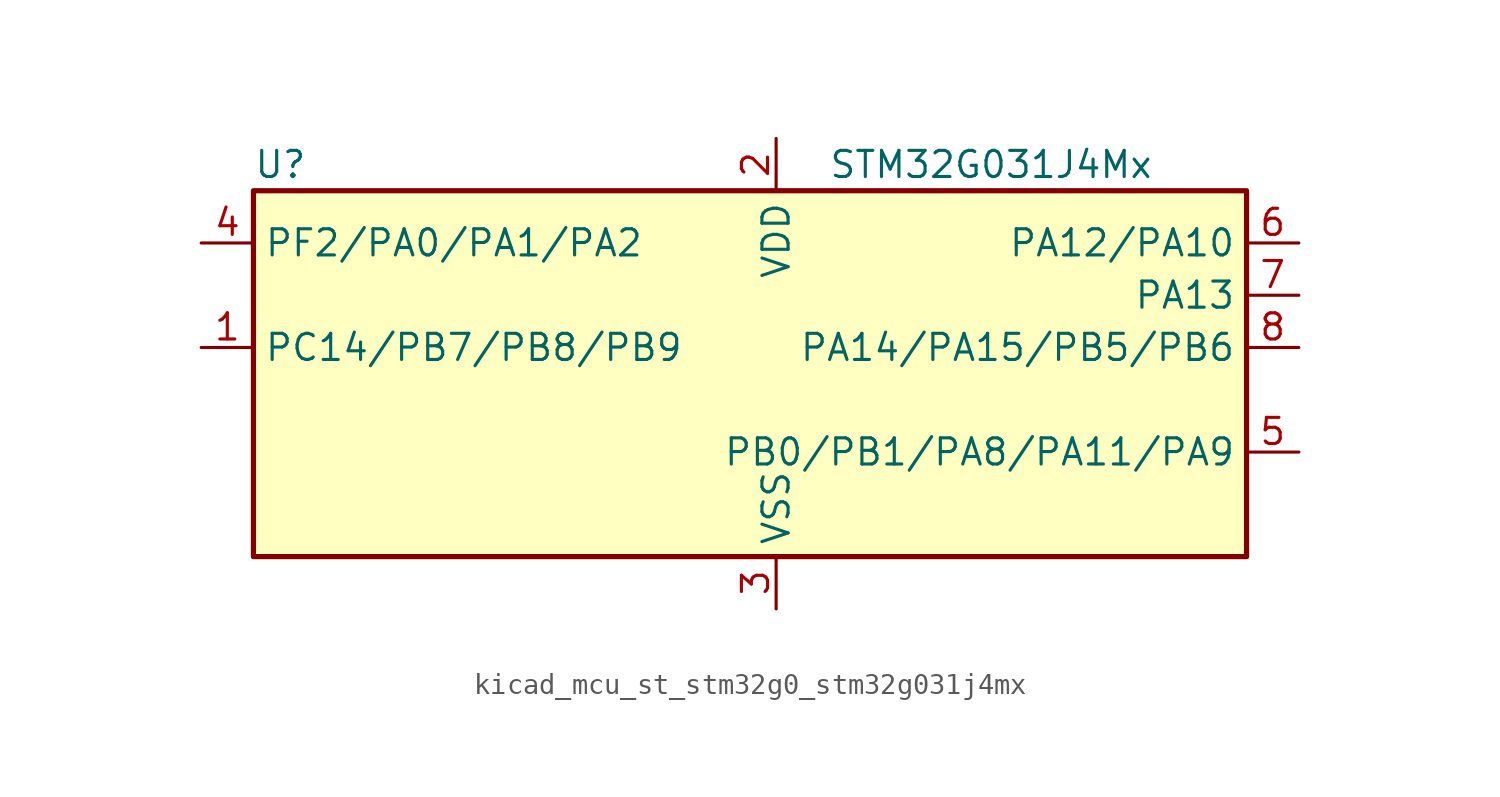
<source format=kicad_sym>
(kicad_symbol_lib
  (version 20220914)
  (generator kicad_symbol_editor)
  (symbol "kicad_mcu_st_stm32g0_stm32g031j4mx"
    (property "Reference" "U"
      (at -22.86 11.43 0)
      (effects (font (size 1.27 1.27)) (justify left)))
    (property "Value" "STM32G031J4Mx"
      (at 5.08 11.43 0)
      (effects (font (size 1.27 1.27)) (justify left)))
    (property "ki_locked" ""
      (at 0 0 0)
      (effects (font (size 1.27 1.27))))
    (symbol "kicad_mcu_st_stm32g0_stm32g031j4mx_0_1"
      (rectangle (start -22.86 -7.62) (end 25.4 10.16) (stroke (width 0.254) (type default)) (fill (type background))))
    (symbol "kicad_mcu_st_stm32g0_stm32g031j4mx_1_1"
      (pin bidirectional line (at -25.4 2.54 0) (length 2.54) (name "PC14/PB7/PB8/PB9" (effects (font (size 1.27 1.27)))) (number "1" (effects (font (size 1.27 1.27)))) (alternate "RCC_OSC32_IN" bidirectional line) (alternate "RCC_OSC_IN" bidirectional line) (alternate "TIM1_BK2" bidirectional line))
      (pin power_in line (at 2.54 12.7 270) (length 2.54) (name "VDD" (effects (font (size 1.27 1.27)))) (number "2" (effects (font (size 1.27 1.27)))))
      (pin power_in line (at 2.54 -10.16 90) (length 2.54) (name "VSS" (effects (font (size 1.27 1.27)))) (number "3" (effects (font (size 1.27 1.27)))))
      (pin bidirectional line (at -25.4 7.62 0) (length 2.54) (name "PF2/PA0/PA1/PA2" (effects (font (size 1.27 1.27)))) (number "4" (effects (font (size 1.27 1.27)))) (alternate "RCC_MCO" bidirectional line))
      (pin bidirectional line (at 27.94 -2.54 180) (length 2.54) (name "PB0/PB1/PA8/PA11/PA9" (effects (font (size 1.27 1.27)))) (number "5" (effects (font (size 1.27 1.27)))) (alternate "ADC1_IN8" bidirectional line) (alternate "I2S1_WS" bidirectional line) (alternate "LPTIM1_OUT" bidirectional line) (alternate "SPI1_NSS" bidirectional line) (alternate "TIM1_CH2N" bidirectional line) (alternate "TIM3_CH3" bidirectional line))
      (pin bidirectional line (at 27.94 7.62 180) (length 2.54) (name "PA12/PA10" (effects (font (size 1.27 1.27)))) (number "6" (effects (font (size 1.27 1.27)))) (alternate "ADC1_IN16" bidirectional line) (alternate "I2C2_SDA" bidirectional line) (alternate "I2S1_SD" bidirectional line) (alternate "I2S_CKIN" bidirectional line) (alternate "SPI1_MOSI" bidirectional line) (alternate "TIM1_ETR" bidirectional line) (alternate "USART1_CK" bidirectional line) (alternate "USART1_DE" bidirectional line) (alternate "USART1_RTS" bidirectional line))
      (pin bidirectional line (at 27.94 5.08 180) (length 2.54) (name "PA13" (effects (font (size 1.27 1.27)))) (number "7" (effects (font (size 1.27 1.27)))) (alternate "ADC1_IN17" bidirectional line) (alternate "IR_OUT" bidirectional line) (alternate "SYS_SWDIO" bidirectional line))
      (pin bidirectional line (at 27.94 2.54 180) (length 2.54) (name "PA14/PA15/PB5/PB6" (effects (font (size 1.27 1.27)))) (number "8" (effects (font (size 1.27 1.27)))) (alternate "ADC1_IN18" bidirectional line) (alternate "SYS_SWCLK" bidirectional line) (alternate "USART2_TX" bidirectional line)))))
</source>
